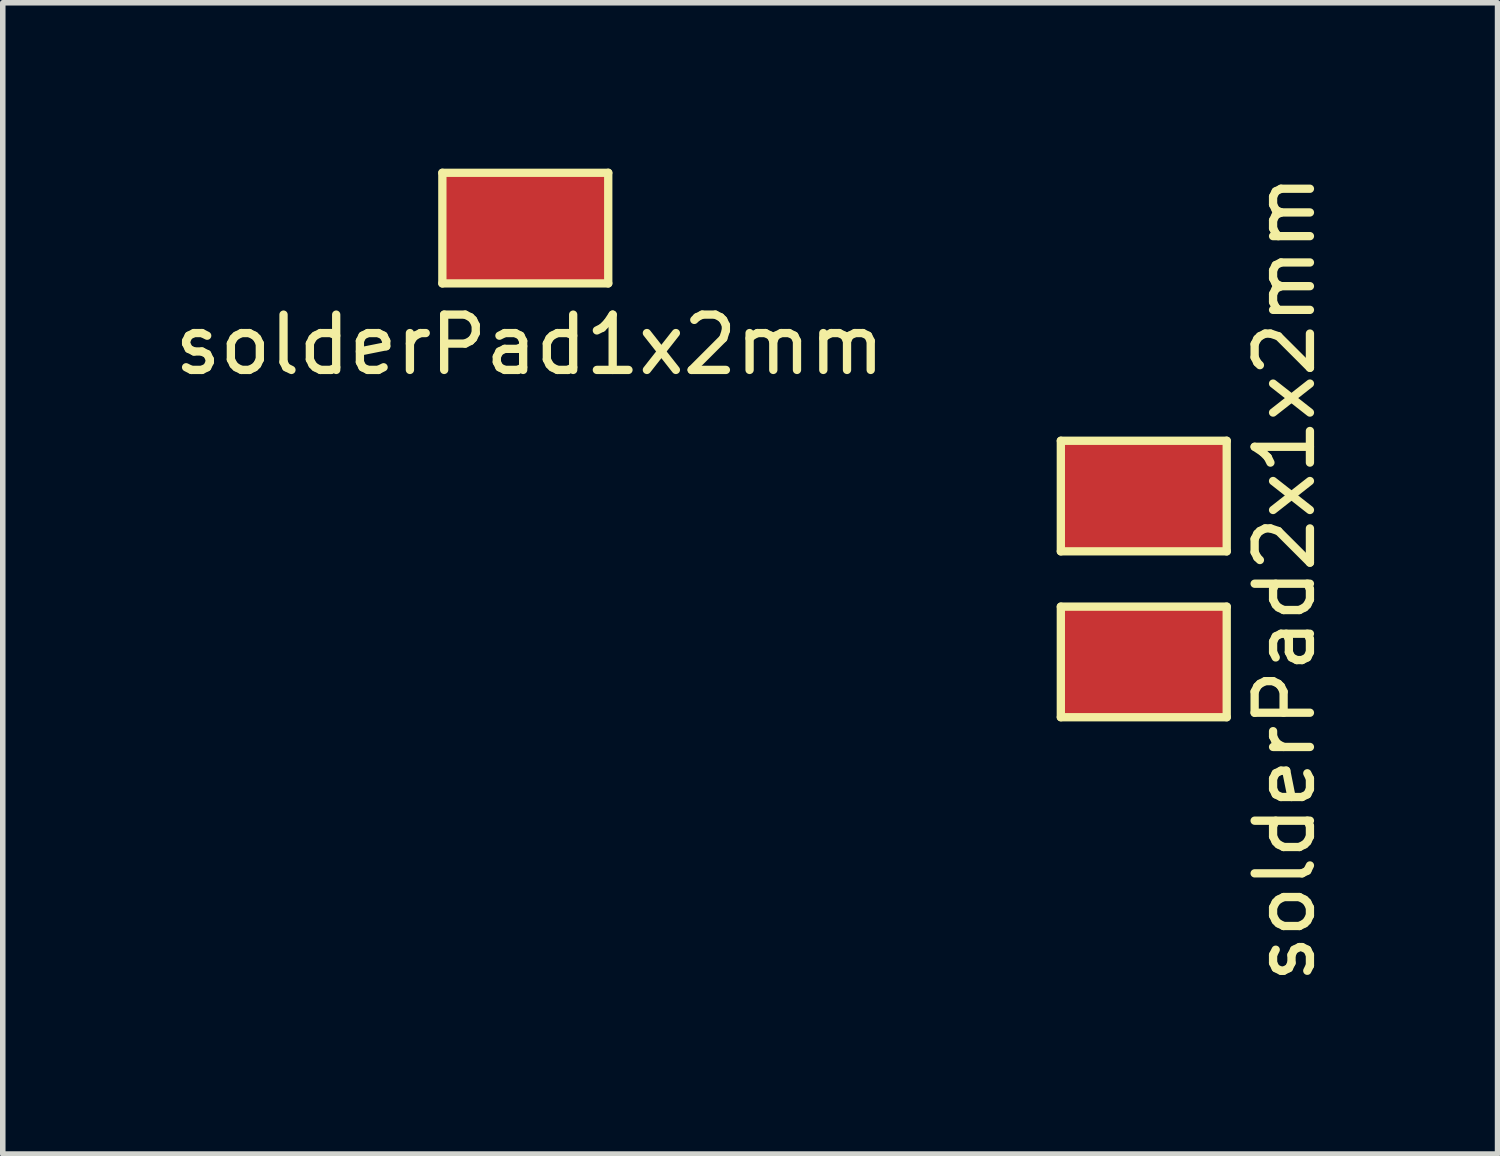
<source format=kicad_pcb>
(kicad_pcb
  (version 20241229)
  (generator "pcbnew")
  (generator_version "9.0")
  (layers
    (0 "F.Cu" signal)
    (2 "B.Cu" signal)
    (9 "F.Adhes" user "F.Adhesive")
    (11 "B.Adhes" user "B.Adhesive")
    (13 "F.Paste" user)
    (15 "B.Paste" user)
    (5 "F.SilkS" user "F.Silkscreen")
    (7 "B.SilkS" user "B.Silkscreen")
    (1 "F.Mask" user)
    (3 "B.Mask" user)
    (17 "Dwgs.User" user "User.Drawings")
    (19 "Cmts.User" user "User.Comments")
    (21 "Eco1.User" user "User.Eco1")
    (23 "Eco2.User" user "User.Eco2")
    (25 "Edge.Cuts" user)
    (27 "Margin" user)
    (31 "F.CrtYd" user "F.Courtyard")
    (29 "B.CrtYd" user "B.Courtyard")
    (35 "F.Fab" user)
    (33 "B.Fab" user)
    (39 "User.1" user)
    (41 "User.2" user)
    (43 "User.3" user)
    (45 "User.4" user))
  (footprint "solderPad2x1x2mm"
    (layer "F.Cu")
    (at 17.635 7.421)
    (property "Reference" "solderPad2x1x2mm" (at 2.55 -0.01 90) (layer "F.SilkS") (effects (font (size 1 1) (thickness 0.15))))
    (attr through_hole)
    (fp_line (start -1.5 -2.5) (end 1.5 -2.5) (stroke (width 0.15) (type solid)) (layer "F.SilkS"))
    (fp_line (start -1.5 -0.5) (end -1.5 -2.5) (stroke (width 0.15) (type solid)) (layer "F.SilkS"))
    (fp_line (start -1.5 0.5) (end 1.5 0.5) (stroke (width 0.15) (type solid)) (layer "F.SilkS"))
    (fp_line (start -1.5 2.5) (end -1.5 0.5) (stroke (width 0.15) (type solid)) (layer "F.SilkS"))
    (fp_line (start 1.5 -2.5) (end 1.5 -0.5) (stroke (width 0.15) (type solid)) (layer "F.SilkS"))
    (fp_line (start 1.5 -0.5) (end -1.5 -0.5) (stroke (width 0.15) (type solid)) (layer "F.SilkS"))
    (fp_line (start 1.5 0.5) (end 1.5 2.5) (stroke (width 0.15) (type solid)) (layer "F.SilkS"))
    (fp_line (start 1.5 2.5) (end -1.5 2.5) (stroke (width 0.15) (type solid)) (layer "F.SilkS"))
    (pad "1" smd rect (at 0 -1.5) (size 2 1) (layers "F.Cu" "F.Mask" "F.Paste"))
    (pad "1" smd rect (at 0 -1.5) (size 3 2) (layers "F.Cu"))
    (pad "2" smd rect (at 0 1.5) (size 2 1) (layers "F.Cu" "F.Mask" "F.Paste"))
    (pad "2" smd rect (at 0 1.5) (size 3 2) (layers "F.Cu")))
  (footprint "solderPad1x2mm"
    (layer "F.Cu")
    (at 6.45 1.075)
    (property "Reference" "solderPad1x2mm" (at 0.08 2.11 0) (layer "F.SilkS") (effects (font (size 1 1) (thickness 0.15))))
    (attr smd)
    (fp_line (start -1.5 -1) (end 1.5 -1) (stroke (width 0.15) (type solid)) (layer "F.SilkS"))
    (fp_line (start -1.5 1) (end -1.5 -1) (stroke (width 0.15) (type solid)) (layer "F.SilkS"))
    (fp_line (start 1.5 -1) (end 1.5 1) (stroke (width 0.15) (type solid)) (layer "F.SilkS"))
    (fp_line (start 1.5 1) (end -1.5 1) (stroke (width 0.15) (type solid)) (layer "F.SilkS"))
    (pad "1" smd rect (at 0 0) (size 2 1) (layers "F.Cu" "F.Mask" "F.Paste"))
    (pad "1" smd rect (at 0 0) (size 3 2) (layers "F.Cu")))
  (gr_rect
    (start -3 -3)
    (end 24.033 17.821)
    (stroke (width 0.1) (type default))
    (fill no)
    (layer "Edge.Cuts")))
</source>
